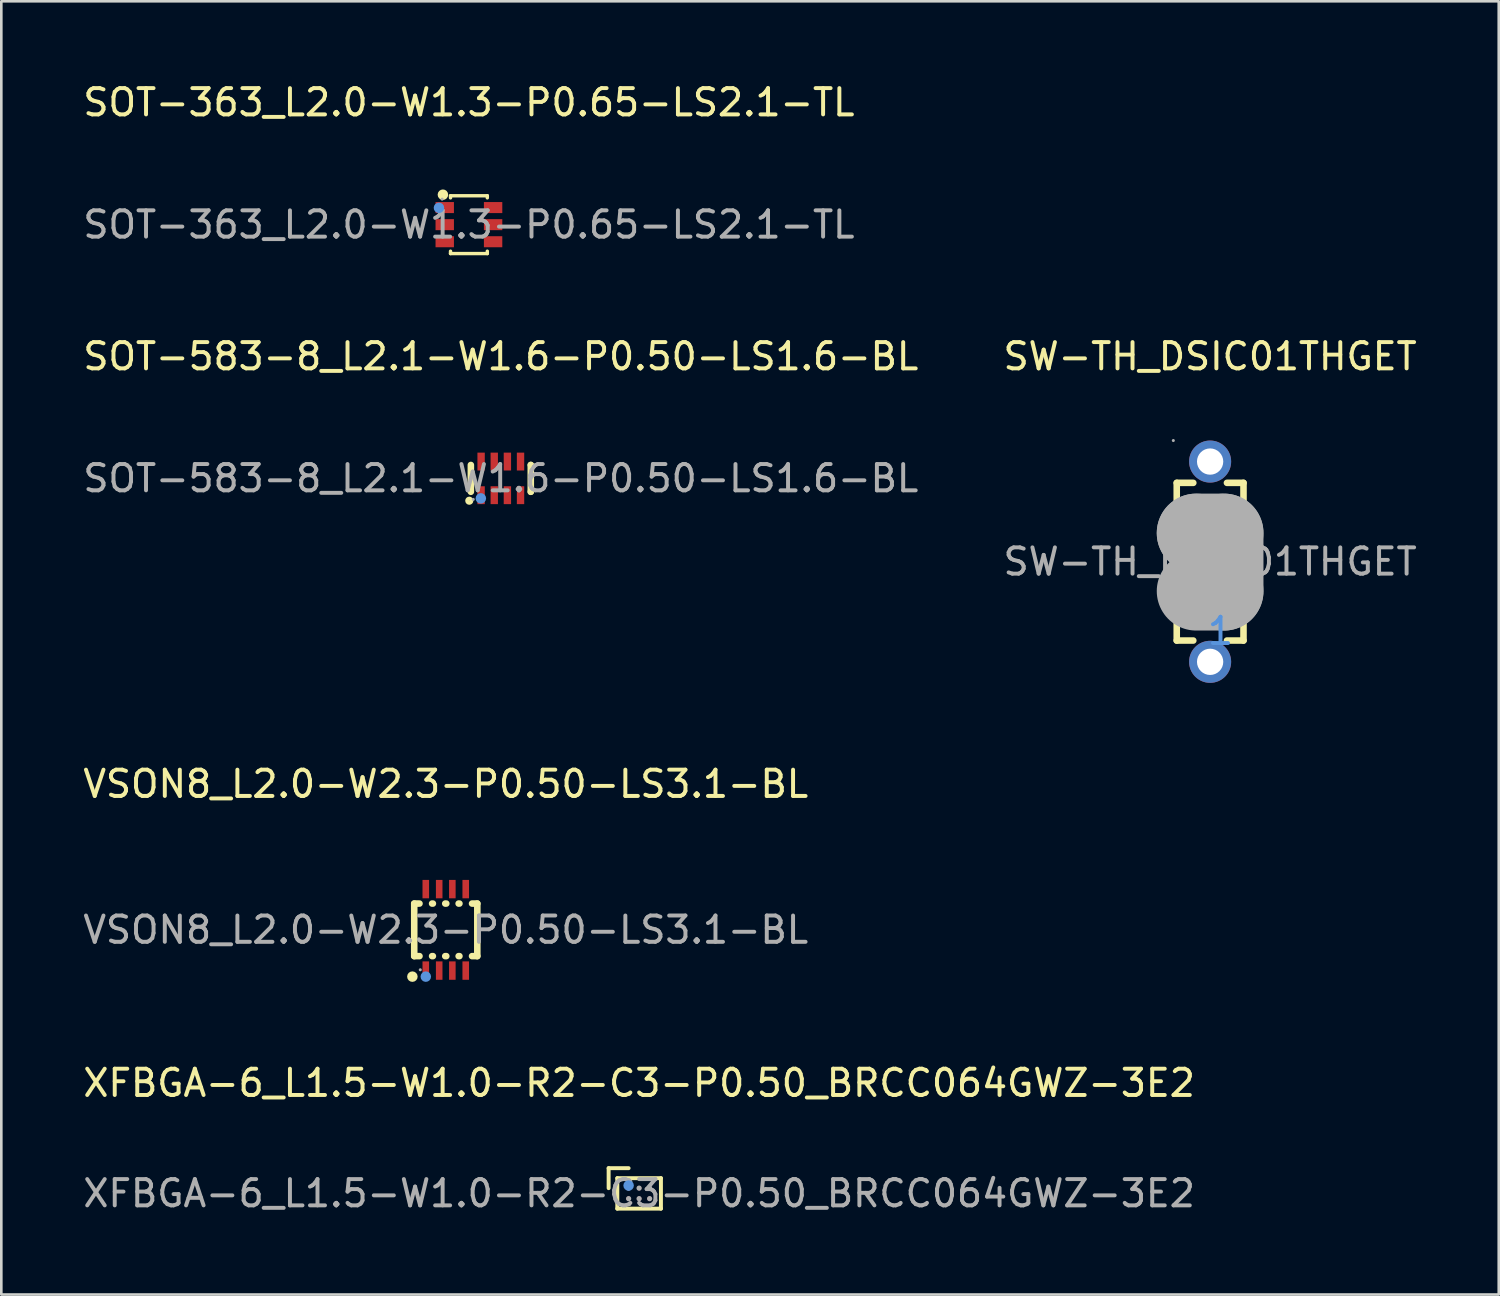
<source format=kicad_pcb>
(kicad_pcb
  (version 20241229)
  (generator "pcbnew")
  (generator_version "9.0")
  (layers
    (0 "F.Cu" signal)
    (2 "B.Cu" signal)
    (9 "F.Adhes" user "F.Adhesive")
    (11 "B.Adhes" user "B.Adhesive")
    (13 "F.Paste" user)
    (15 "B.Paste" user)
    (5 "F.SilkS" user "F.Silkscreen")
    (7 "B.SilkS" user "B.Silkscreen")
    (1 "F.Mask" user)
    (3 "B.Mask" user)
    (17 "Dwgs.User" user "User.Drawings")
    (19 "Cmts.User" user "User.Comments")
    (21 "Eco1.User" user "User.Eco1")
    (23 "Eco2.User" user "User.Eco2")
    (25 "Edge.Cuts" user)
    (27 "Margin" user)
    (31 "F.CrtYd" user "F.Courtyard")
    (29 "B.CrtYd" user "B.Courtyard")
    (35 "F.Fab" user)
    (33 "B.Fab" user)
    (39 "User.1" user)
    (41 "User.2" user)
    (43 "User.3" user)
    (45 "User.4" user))
  (footprint "VSON8_L2.0-W2.3-P0.50-LS3.1-BL"
    (layer "F.Cu")
    (at 13.911 32.33)
    (property "Reference" "VSON8_L2.0-W2.3-P0.50-LS3.1-BL" (at 0 -5.55 0) (layer "F.SilkS") (effects (font (size 1 1) (thickness 0.15))))
    (attr smd)
    (fp_line (start -1.2 -1) (end -1 -1) (stroke (width 0.25) (type solid)) (layer "F.SilkS"))
    (fp_line (start -1.2 1) (end -1.2 -1) (stroke (width 0.25) (type solid)) (layer "F.SilkS"))
    (fp_line (start -1.2 1) (end -1 1) (stroke (width 0.25) (type solid)) (layer "F.SilkS"))
    (fp_line (start -0.52 -1) (end -0.49 -1) (stroke (width 0.25) (type solid)) (layer "F.SilkS"))
    (fp_line (start -0.52 1) (end -0.49 1) (stroke (width 0.25) (type solid)) (layer "F.SilkS"))
    (fp_line (start -0.02 -1) (end 0.02 -1) (stroke (width 0.25) (type solid)) (layer "F.SilkS"))
    (fp_line (start -0.02 1) (end 0.02 1) (stroke (width 0.25) (type solid)) (layer "F.SilkS"))
    (fp_line (start 0.49 -1) (end 0.52 -1) (stroke (width 0.25) (type solid)) (layer "F.SilkS"))
    (fp_line (start 0.49 1) (end 0.52 1) (stroke (width 0.25) (type solid)) (layer "F.SilkS"))
    (fp_line (start 1 -1) (end 1.2 -1) (stroke (width 0.25) (type solid)) (layer "F.SilkS"))
    (fp_line (start 1 1) (end 1.2 1) (stroke (width 0.25) (type solid)) (layer "F.SilkS"))
    (fp_line (start 1.2 -1) (end 1.2 1) (stroke (width 0.25) (type solid)) (layer "F.SilkS"))
    (fp_circle (center -1.27 1.78) (end -1.17 1.78) (stroke (width 0.2) (type solid)) (fill no) (layer "F.SilkS"))
    (fp_circle (center -0.76 1.78) (end -0.66 1.78) (stroke (width 0.2) (type solid)) (fill no) (layer "Cmts.User"))
    (fp_circle (center -0.97 1.52) (end -0.94 1.52) (stroke (width 0.06) (type solid)) (fill no) (layer "F.Fab"))
    (fp_text user "${REFERENCE}" (at 0 0 0) (layer "F.Fab") (effects (font (size 1 1) (thickness 0.15))))
    (pad "1" smd rect (at -0.76 1.55 180) (size 0.25 0.7) (layers "F.Cu" "F.Mask" "F.Paste"))
    (pad "2" smd rect (at -0.25 1.55 180) (size 0.25 0.7) (layers "F.Cu" "F.Mask" "F.Paste"))
    (pad "3" smd rect (at 0.25 1.55 180) (size 0.25 0.7) (layers "F.Cu" "F.Mask" "F.Paste"))
    (pad "4" smd rect (at 0.76 1.55 180) (size 0.25 0.7) (layers "F.Cu" "F.Mask" "F.Paste"))
    (pad "5" smd rect (at 0.76 -1.55 180) (size 0.25 0.7) (layers "F.Cu" "F.Mask" "F.Paste"))
    (pad "6" smd rect (at 0.25 -1.55 180) (size 0.25 0.7) (layers "F.Cu" "F.Mask" "F.Paste"))
    (pad "7" smd rect (at -0.25 -1.55 180) (size 0.25 0.7) (layers "F.Cu" "F.Mask" "F.Paste"))
    (pad "8" smd rect (at -0.76 -1.55 180) (size 0.25 0.7) (layers "F.Cu" "F.Mask" "F.Paste")))
  (footprint "SW-TH_DSIC01THGET"
    (layer "F.Cu")
    (at 42.994 18.322)
    (property "Reference" "SW-TH_DSIC01THGET" (at 0 -7.81 0) (layer "F.SilkS") (effects (font (size 1 1) (thickness 0.15))))
    (attr through_hole)
    (fp_line (start -1.27 -3) (end -1.27 3) (stroke (width 0.25) (type solid)) (layer "F.SilkS"))
    (fp_line (start -1.27 -3) (end -0.64 -3) (stroke (width 0.25) (type solid)) (layer "F.SilkS"))
    (fp_line (start -1.27 3) (end -0.64 3) (stroke (width 0.25) (type solid)) (layer "F.SilkS"))
    (fp_line (start -0.53 -0.74) (end 0.51 -0.74) (stroke (width 0.25) (type solid)) (layer "F.SilkS"))
    (fp_line (start -0.53 -0.41) (end 0.51 -0.41) (stroke (width 0.25) (type solid)) (layer "F.SilkS"))
    (fp_line (start -0.53 -0.03) (end 0.53 -0.03) (stroke (width 0.25) (type solid)) (layer "F.SilkS"))
    (fp_line (start 0.64 -3) (end 1.27 -3) (stroke (width 0.25) (type solid)) (layer "F.SilkS"))
    (fp_line (start 0.64 3) (end 1.27 3) (stroke (width 0.25) (type solid)) (layer "F.SilkS"))
    (fp_line (start 1.27 -3) (end 1.27 3) (stroke (width 0.25) (type solid)) (layer "F.SilkS"))
    (fp_line (start -0.53 -1.09) (end -0.53 -1.09) (stroke (width 3) (type solid)) (layer "F.Fab"))
    (fp_line (start -0.53 -1.09) (end 0.53 -1.09) (stroke (width 3) (type solid)) (layer "F.Fab"))
    (fp_line (start 0.53 -1.09) (end 0.53 1.12) (stroke (width 3) (type solid)) (layer "F.Fab"))
    (fp_line (start 0.53 1.12) (end -0.53 1.12) (stroke (width 3) (type solid)) (layer "F.Fab"))
    (fp_circle (center -1.4 -4.61) (end -1.37 -4.61) (stroke (width 0.06) (type solid)) (fill no) (layer "F.Fab"))
    (fp_circle (center 0 -3.81) (end 0.2 -3.81) (stroke (width 0.4) (type solid)) (fill no) (layer "F.Fab"))
    (fp_circle (center 0 3.81) (end 0.2 3.81) (stroke (width 0.4) (type solid)) (fill no) (layer "F.Fab"))
    (fp_text user "1" (at -0.18 2.64 0) (layer "Cmts.User") (effects (font (size 1 1) (thickness 0.15)) (justify left)))
    (fp_text user "${REFERENCE}" (at 0 0 0) (layer "F.Fab") (effects (font (size 1 1) (thickness 0.15))))
    (pad "1" thru_hole circle (at 0 -3.81 90) (size 1.6 1.6) (drill 1) (layers "*.Cu" "*.Mask"))
    (pad "2" thru_hole circle (at 0 3.81 90) (size 1.6 1.6) (drill 1) (layers "*.Cu" "*.Mask")))
  (footprint "SOT-363_L2.0-W1.3-P0.65-LS2.1-TL"
    (layer "F.Cu")
    (at 14.792 5.498)
    (property "Reference" "SOT-363_L2.0-W1.3-P0.65-LS2.1-TL" (at 0 -4.65 0) (layer "F.SilkS") (effects (font (size 1 1) (thickness 0.15))))
    (attr smd)
    (fp_line (start -0.7 -1.1) (end -0.7 -1.02) (stroke (width 0.13) (type solid)) (layer "F.SilkS"))
    (fp_line (start -0.7 -1.1) (end 0.7 -1.1) (stroke (width 0.13) (type solid)) (layer "F.SilkS"))
    (fp_line (start -0.7 1.01) (end -0.7 1.1) (stroke (width 0.13) (type solid)) (layer "F.SilkS"))
    (fp_line (start -0.7 1.1) (end 0.7 1.1) (stroke (width 0.13) (type solid)) (layer "F.SilkS"))
    (fp_line (start 0.7 -1.1) (end 0.7 -1.02) (stroke (width 0.13) (type solid)) (layer "F.SilkS"))
    (fp_line (start 0.7 1.01) (end 0.7 1.1) (stroke (width 0.13) (type solid)) (layer "F.SilkS"))
    (fp_circle (center -0.99 -1.14) (end -0.89 -1.14) (stroke (width 0.2) (type solid)) (fill no) (layer "F.SilkS"))
    (fp_circle (center -1.14 -0.64) (end -1.04 -0.64) (stroke (width 0.2) (type solid)) (fill no) (layer "Cmts.User"))
    (fp_circle (center -1.02 -0.97) (end -0.99 -0.97) (stroke (width 0.06) (type solid)) (fill no) (layer "F.Fab"))
    (fp_text user "${REFERENCE}" (at 0 0 0) (layer "F.Fab") (effects (font (size 1 1) (thickness 0.15))))
    (pad "1" smd rect (at -0.92 -0.65) (size 0.7 0.42) (layers "F.Cu" "F.Mask" "F.Paste"))
    (pad "2" smd rect (at -0.92 0) (size 0.7 0.42) (layers "F.Cu" "F.Mask" "F.Paste"))
    (pad "3" smd rect (at -0.92 0.65) (size 0.7 0.42) (layers "F.Cu" "F.Mask" "F.Paste"))
    (pad "4" smd rect (at 0.92 0.65) (size 0.7 0.42) (layers "F.Cu" "F.Mask" "F.Paste"))
    (pad "5" smd rect (at 0.92 0) (size 0.7 0.42) (layers "F.Cu" "F.Mask" "F.Paste"))
    (pad "6" smd rect (at 0.92 -0.65) (size 0.7 0.42) (layers "F.Cu" "F.Mask" "F.Paste")))
  (footprint "XFBGA-6_L1.5-W1.0-R2-C3-P0.50_BRCC064GWZ-3E2"
    (layer "F.Cu")
    (at 21.268 42.358)
    (property "Reference" "XFBGA-6_L1.5-W1.0-R2-C3-P0.50_BRCC064GWZ-3E2" (at 0 -4.2 0) (layer "F.SilkS") (effects (font (size 1 1) (thickness 0.15))))
    (attr smd)
    (fp_line (start -1.16 -0.96) (end -0.4 -0.96) (stroke (width 0.15) (type solid)) (layer "F.SilkS"))
    (fp_line (start -1.16 -0.2) (end -1.16 -0.96) (stroke (width 0.15) (type solid)) (layer "F.SilkS"))
    (fp_line (start -0.83 -0.58) (end 0.83 -0.58) (stroke (width 0.15) (type solid)) (layer "F.SilkS"))
    (fp_line (start -0.83 0.58) (end -0.83 -0.58) (stroke (width 0.15) (type solid)) (layer "F.SilkS"))
    (fp_line (start 0.83 -0.58) (end 0.83 0.58) (stroke (width 0.15) (type solid)) (layer "F.SilkS"))
    (fp_line (start 0.83 0.58) (end -0.83 0.58) (stroke (width 0.15) (type solid)) (layer "F.SilkS"))
    (fp_circle (center -0.4 -0.3) (end -0.3 -0.3) (stroke (width 0.2) (type solid)) (fill no) (layer "Cmts.User"))
    (fp_circle (center -0.75 -0.5) (end -0.72 -0.5) (stroke (width 0.06) (type solid)) (fill no) (layer "F.Fab"))
    (fp_circle (center -0.4 -0.2) (end -0.35 -0.2) (stroke (width 0.1) (type solid)) (fill no) (layer "F.Fab"))
    (fp_circle (center -0.4 0.2) (end -0.35 0.2) (stroke (width 0.1) (type solid)) (fill no) (layer "F.Fab"))
    (fp_circle (center 0 -0.2) (end 0.05 -0.2) (stroke (width 0.1) (type solid)) (fill no) (layer "F.Fab"))
    (fp_circle (center 0 0.2) (end 0.05 0.2) (stroke (width 0.1) (type solid)) (fill no) (layer "F.Fab"))
    (fp_circle (center 0.4 -0.2) (end 0.45 -0.2) (stroke (width 0.1) (type solid)) (fill no) (layer "F.Fab"))
    (fp_circle (center 0.4 0.2) (end 0.45 0.2) (stroke (width 0.1) (type solid)) (fill no) (layer "F.Fab"))
    (fp_text user "${REFERENCE}" (at 0 0 0) (layer "F.Fab") (effects (font (size 1 1) (thickness 0.15))))
    (pad "A1" smd circle (at -0.4 -0.2) (size 0.17 0.17) (layers "F.Cu" "F.Mask" "F.Paste"))
    (pad "A2" smd circle (at 0 -0.2) (size 0.17 0.17) (layers "F.Cu" "F.Mask" "F.Paste"))
    (pad "A3" smd circle (at 0.4 -0.2) (size 0.17 0.17) (layers "F.Cu" "F.Mask" "F.Paste"))
    (pad "B1" smd circle (at -0.4 0.2) (size 0.17 0.17) (layers "F.Cu" "F.Mask" "F.Paste"))
    (pad "B2" smd circle (at 0 0.2) (size 0.17 0.17) (layers "F.Cu" "F.Mask" "F.Paste"))
    (pad "B3" smd circle (at 0.4 0.2) (size 0.17 0.17) (layers "F.Cu" "F.Mask" "F.Paste")))
  (footprint "SOT-583-8_L2.1-W1.6-P0.50-LS1.6-BL"
    (layer "F.Cu")
    (at 16.006 15.152)
    (property "Reference" "SOT-583-8_L2.1-W1.6-P0.50-LS1.6-BL" (at 0 -4.64 0) (layer "F.SilkS") (effects (font (size 1 1) (thickness 0.15))))
    (attr smd)
    (fp_line (start -1.14 -0.51) (end -1.14 0.51) (stroke (width 0.25) (type solid)) (layer "F.SilkS"))
    (fp_line (start 1.14 -0.51) (end 1.14 -0.51) (stroke (width 0.25) (type solid)) (layer "F.SilkS"))
    (fp_line (start 1.14 0.51) (end 1.14 -0.51) (stroke (width 0.25) (type solid)) (layer "F.SilkS"))
    (fp_line (start 1.14 0.51) (end 1.14 0.51) (stroke (width 0.25) (type solid)) (layer "F.SilkS"))
    (fp_circle (center -1.2 0.85) (end -1.12 0.85) (stroke (width 0.15) (type solid)) (fill no) (layer "F.SilkS"))
    (fp_circle (center -0.76 0.76) (end -0.66 0.76) (stroke (width 0.2) (type solid)) (fill no) (layer "Cmts.User"))
    (fp_circle (center -1.05 0.8) (end -1.02 0.8) (stroke (width 0.06) (type solid)) (fill no) (layer "F.Fab"))
    (fp_text user "${REFERENCE}" (at 0 0 0) (layer "F.Fab") (effects (font (size 1 1) (thickness 0.15))))
    (pad "1" smd rect (at -0.75 0.64) (size 0.28 0.68) (layers "F.Cu" "F.Mask" "F.Paste"))
    (pad "2" smd rect (at -0.25 0.64) (size 0.28 0.68) (layers "F.Cu" "F.Mask" "F.Paste"))
    (pad "3" smd rect (at 0.25 0.64) (size 0.28 0.68) (layers "F.Cu" "F.Mask" "F.Paste"))
    (pad "4" smd rect (at 0.75 0.64) (size 0.28 0.68) (layers "F.Cu" "F.Mask" "F.Paste"))
    (pad "5" smd rect (at 0.75 -0.64) (size 0.28 0.68) (layers "F.Cu" "F.Mask" "F.Paste"))
    (pad "6" smd rect (at 0.25 -0.64) (size 0.28 0.68) (layers "F.Cu" "F.Mask" "F.Paste"))
    (pad "7" smd rect (at -0.25 -0.64) (size 0.28 0.68) (layers "F.Cu" "F.Mask" "F.Paste"))
    (pad "8" smd rect (at -0.75 -0.64) (size 0.28 0.68) (layers "F.Cu" "F.Mask" "F.Paste")))
  (gr_rect
    (start -3 -3)
    (end 53.976 46.206)
    (stroke (width 0.1) (type default))
    (fill no)
    (layer "Edge.Cuts")))
</source>
